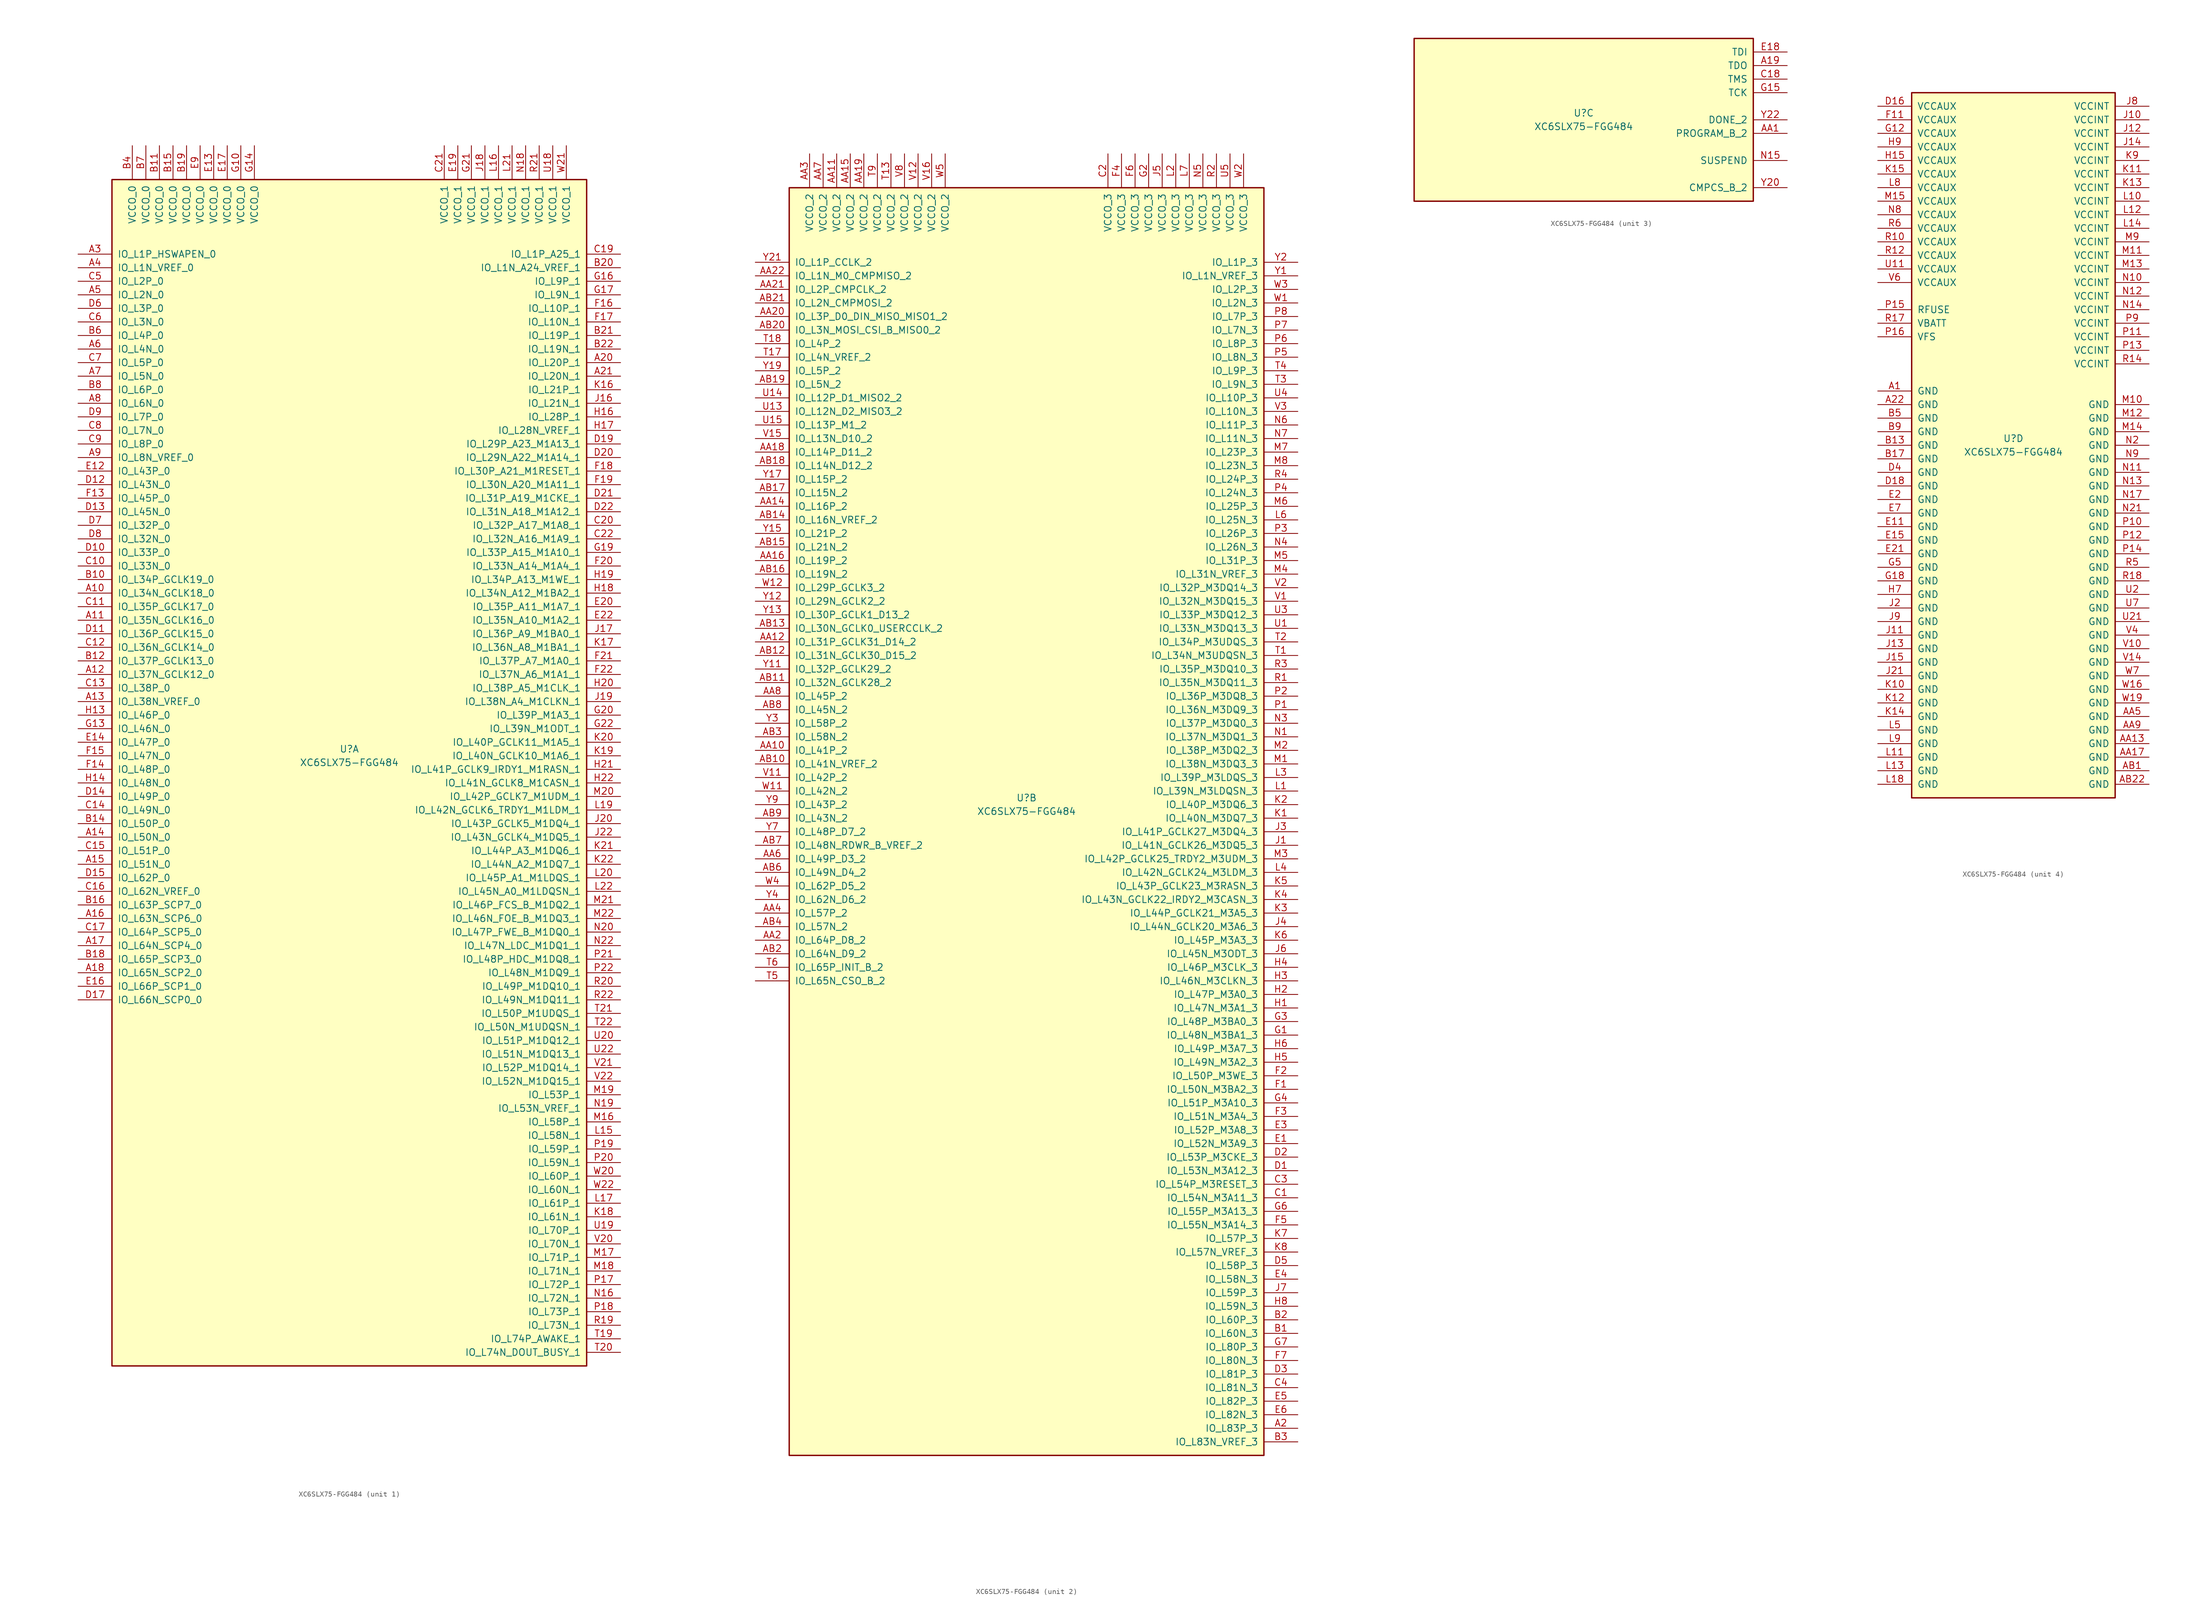
<source format=kicad_sym>
(kicad_symbol_lib
  (version 20211014)
  (generator kicad_symbol_editor)
  (symbol "XC6SLX75-FGG484"
    (pin_names
      (offset 1.016))
    (property "Reference" "U"
      (at 0 1.27 0)
      (effects (font (size 1.27 1.27))))
    (property "Value" "XC6SLX75-FGG484"
      (at 0 -1.27 0)
      (effects (font (size 1.27 1.27))))
    (property "Datasheet" ""
      (at 0 0 0)
      (effects (font (size 1.27 1.27))))
    (property "ki_locked" ""
      (at 0 0 0)
      (effects (font (size 1.27 1.27))))
    (symbol "XC6SLX75-FGG484_1_1"
      (rectangle (start -44.45 107.95) (end 44.45 -114.3) (stroke (width 0.254) (type default) (color 0 0 0 0)) (fill (type background)))
      (pin bidirectional line (at -50.8 30.48 0) (length 6.35) (name "IO_L34N_GCLK18_0" (effects (font (size 1.27 1.27)))) (number "A10" (effects (font (size 1.27 1.27)))))
      (pin bidirectional line (at -50.8 25.4 0) (length 6.35) (name "IO_L35N_GCLK16_0" (effects (font (size 1.27 1.27)))) (number "A11" (effects (font (size 1.27 1.27)))))
      (pin bidirectional line (at -50.8 15.24 0) (length 6.35) (name "IO_L37N_GCLK12_0" (effects (font (size 1.27 1.27)))) (number "A12" (effects (font (size 1.27 1.27)))))
      (pin bidirectional line (at -50.8 10.16 0) (length 6.35) (name "IO_L38N_VREF_0" (effects (font (size 1.27 1.27)))) (number "A13" (effects (font (size 1.27 1.27)))))
      (pin bidirectional line (at -50.8 -15.24 0) (length 6.35) (name "IO_L50N_0" (effects (font (size 1.27 1.27)))) (number "A14" (effects (font (size 1.27 1.27)))))
      (pin bidirectional line (at -50.8 -20.32 0) (length 6.35) (name "IO_L51N_0" (effects (font (size 1.27 1.27)))) (number "A15" (effects (font (size 1.27 1.27)))))
      (pin bidirectional line (at -50.8 -30.48 0) (length 6.35) (name "IO_L63N_SCP6_0" (effects (font (size 1.27 1.27)))) (number "A16" (effects (font (size 1.27 1.27)))))
      (pin bidirectional line (at -50.8 -35.56 0) (length 6.35) (name "IO_L64N_SCP4_0" (effects (font (size 1.27 1.27)))) (number "A17" (effects (font (size 1.27 1.27)))))
      (pin bidirectional line (at -50.8 -40.64 0) (length 6.35) (name "IO_L65N_SCP2_0" (effects (font (size 1.27 1.27)))) (number "A18" (effects (font (size 1.27 1.27)))))
      (pin bidirectional line (at 50.8 73.66 180) (length 6.35) (name "IO_L20P_1" (effects (font (size 1.27 1.27)))) (number "A20" (effects (font (size 1.27 1.27)))))
      (pin bidirectional line (at 50.8 71.12 180) (length 6.35) (name "IO_L20N_1" (effects (font (size 1.27 1.27)))) (number "A21" (effects (font (size 1.27 1.27)))))
      (pin bidirectional line (at -50.8 93.98 0) (length 6.35) (name "IO_L1P_HSWAPEN_0" (effects (font (size 1.27 1.27)))) (number "A3" (effects (font (size 1.27 1.27)))))
      (pin bidirectional line (at -50.8 91.44 0) (length 6.35) (name "IO_L1N_VREF_0" (effects (font (size 1.27 1.27)))) (number "A4" (effects (font (size 1.27 1.27)))))
      (pin bidirectional line (at -50.8 86.36 0) (length 6.35) (name "IO_L2N_0" (effects (font (size 1.27 1.27)))) (number "A5" (effects (font (size 1.27 1.27)))))
      (pin bidirectional line (at -50.8 76.2 0) (length 6.35) (name "IO_L4N_0" (effects (font (size 1.27 1.27)))) (number "A6" (effects (font (size 1.27 1.27)))))
      (pin bidirectional line (at -50.8 71.12 0) (length 6.35) (name "IO_L5N_0" (effects (font (size 1.27 1.27)))) (number "A7" (effects (font (size 1.27 1.27)))))
      (pin bidirectional line (at -50.8 66.04 0) (length 6.35) (name "IO_L6N_0" (effects (font (size 1.27 1.27)))) (number "A8" (effects (font (size 1.27 1.27)))))
      (pin bidirectional line (at -50.8 55.88 0) (length 6.35) (name "IO_L8N_VREF_0" (effects (font (size 1.27 1.27)))) (number "A9" (effects (font (size 1.27 1.27)))))
      (pin bidirectional line (at -50.8 33.02 0) (length 6.35) (name "IO_L34P_GCLK19_0" (effects (font (size 1.27 1.27)))) (number "B10" (effects (font (size 1.27 1.27)))))
      (pin power_in line (at -35.56 114.3 270) (length 6.35) (name "VCCO_0" (effects (font (size 1.27 1.27)))) (number "B11" (effects (font (size 1.27 1.27)))))
      (pin bidirectional line (at -50.8 17.78 0) (length 6.35) (name "IO_L37P_GCLK13_0" (effects (font (size 1.27 1.27)))) (number "B12" (effects (font (size 1.27 1.27)))))
      (pin bidirectional line (at -50.8 -12.7 0) (length 6.35) (name "IO_L50P_0" (effects (font (size 1.27 1.27)))) (number "B14" (effects (font (size 1.27 1.27)))))
      (pin power_in line (at -33.02 114.3 270) (length 6.35) (name "VCCO_0" (effects (font (size 1.27 1.27)))) (number "B15" (effects (font (size 1.27 1.27)))))
      (pin bidirectional line (at -50.8 -27.94 0) (length 6.35) (name "IO_L63P_SCP7_0" (effects (font (size 1.27 1.27)))) (number "B16" (effects (font (size 1.27 1.27)))))
      (pin bidirectional line (at -50.8 -38.1 0) (length 6.35) (name "IO_L65P_SCP3_0" (effects (font (size 1.27 1.27)))) (number "B18" (effects (font (size 1.27 1.27)))))
      (pin power_in line (at -30.48 114.3 270) (length 6.35) (name "VCCO_0" (effects (font (size 1.27 1.27)))) (number "B19" (effects (font (size 1.27 1.27)))))
      (pin bidirectional line (at 50.8 91.44 180) (length 6.35) (name "IO_L1N_A24_VREF_1" (effects (font (size 1.27 1.27)))) (number "B20" (effects (font (size 1.27 1.27)))))
      (pin bidirectional line (at 50.8 78.74 180) (length 6.35) (name "IO_L19P_1" (effects (font (size 1.27 1.27)))) (number "B21" (effects (font (size 1.27 1.27)))))
      (pin bidirectional line (at 50.8 76.2 180) (length 6.35) (name "IO_L19N_1" (effects (font (size 1.27 1.27)))) (number "B22" (effects (font (size 1.27 1.27)))))
      (pin power_in line (at -40.64 114.3 270) (length 6.35) (name "VCCO_0" (effects (font (size 1.27 1.27)))) (number "B4" (effects (font (size 1.27 1.27)))))
      (pin bidirectional line (at -50.8 78.74 0) (length 6.35) (name "IO_L4P_0" (effects (font (size 1.27 1.27)))) (number "B6" (effects (font (size 1.27 1.27)))))
      (pin power_in line (at -38.1 114.3 270) (length 6.35) (name "VCCO_0" (effects (font (size 1.27 1.27)))) (number "B7" (effects (font (size 1.27 1.27)))))
      (pin bidirectional line (at -50.8 68.58 0) (length 6.35) (name "IO_L6P_0" (effects (font (size 1.27 1.27)))) (number "B8" (effects (font (size 1.27 1.27)))))
      (pin bidirectional line (at -50.8 35.56 0) (length 6.35) (name "IO_L33N_0" (effects (font (size 1.27 1.27)))) (number "C10" (effects (font (size 1.27 1.27)))))
      (pin bidirectional line (at -50.8 27.94 0) (length 6.35) (name "IO_L35P_GCLK17_0" (effects (font (size 1.27 1.27)))) (number "C11" (effects (font (size 1.27 1.27)))))
      (pin bidirectional line (at -50.8 20.32 0) (length 6.35) (name "IO_L36N_GCLK14_0" (effects (font (size 1.27 1.27)))) (number "C12" (effects (font (size 1.27 1.27)))))
      (pin bidirectional line (at -50.8 12.7 0) (length 6.35) (name "IO_L38P_0" (effects (font (size 1.27 1.27)))) (number "C13" (effects (font (size 1.27 1.27)))))
      (pin bidirectional line (at -50.8 -10.16 0) (length 6.35) (name "IO_L49N_0" (effects (font (size 1.27 1.27)))) (number "C14" (effects (font (size 1.27 1.27)))))
      (pin bidirectional line (at -50.8 -17.78 0) (length 6.35) (name "IO_L51P_0" (effects (font (size 1.27 1.27)))) (number "C15" (effects (font (size 1.27 1.27)))))
      (pin bidirectional line (at -50.8 -25.4 0) (length 6.35) (name "IO_L62N_VREF_0" (effects (font (size 1.27 1.27)))) (number "C16" (effects (font (size 1.27 1.27)))))
      (pin bidirectional line (at -50.8 -33.02 0) (length 6.35) (name "IO_L64P_SCP5_0" (effects (font (size 1.27 1.27)))) (number "C17" (effects (font (size 1.27 1.27)))))
      (pin bidirectional line (at 50.8 93.98 180) (length 6.35) (name "IO_L1P_A25_1" (effects (font (size 1.27 1.27)))) (number "C19" (effects (font (size 1.27 1.27)))))
      (pin bidirectional line (at 50.8 43.18 180) (length 6.35) (name "IO_L32P_A17_M1A8_1" (effects (font (size 1.27 1.27)))) (number "C20" (effects (font (size 1.27 1.27)))))
      (pin power_in line (at 17.78 114.3 270) (length 6.35) (name "VCCO_1" (effects (font (size 1.27 1.27)))) (number "C21" (effects (font (size 1.27 1.27)))))
      (pin bidirectional line (at 50.8 40.64 180) (length 6.35) (name "IO_L32N_A16_M1A9_1" (effects (font (size 1.27 1.27)))) (number "C22" (effects (font (size 1.27 1.27)))))
      (pin bidirectional line (at -50.8 88.9 0) (length 6.35) (name "IO_L2P_0" (effects (font (size 1.27 1.27)))) (number "C5" (effects (font (size 1.27 1.27)))))
      (pin bidirectional line (at -50.8 81.28 0) (length 6.35) (name "IO_L3N_0" (effects (font (size 1.27 1.27)))) (number "C6" (effects (font (size 1.27 1.27)))))
      (pin bidirectional line (at -50.8 73.66 0) (length 6.35) (name "IO_L5P_0" (effects (font (size 1.27 1.27)))) (number "C7" (effects (font (size 1.27 1.27)))))
      (pin bidirectional line (at -50.8 60.96 0) (length 6.35) (name "IO_L7N_0" (effects (font (size 1.27 1.27)))) (number "C8" (effects (font (size 1.27 1.27)))))
      (pin bidirectional line (at -50.8 58.42 0) (length 6.35) (name "IO_L8P_0" (effects (font (size 1.27 1.27)))) (number "C9" (effects (font (size 1.27 1.27)))))
      (pin bidirectional line (at -50.8 38.1 0) (length 6.35) (name "IO_L33P_0" (effects (font (size 1.27 1.27)))) (number "D10" (effects (font (size 1.27 1.27)))))
      (pin bidirectional line (at -50.8 22.86 0) (length 6.35) (name "IO_L36P_GCLK15_0" (effects (font (size 1.27 1.27)))) (number "D11" (effects (font (size 1.27 1.27)))))
      (pin bidirectional line (at -50.8 50.8 0) (length 6.35) (name "IO_L43N_0" (effects (font (size 1.27 1.27)))) (number "D12" (effects (font (size 1.27 1.27)))))
      (pin bidirectional line (at -50.8 45.72 0) (length 6.35) (name "IO_L45N_0" (effects (font (size 1.27 1.27)))) (number "D13" (effects (font (size 1.27 1.27)))))
      (pin bidirectional line (at -50.8 -7.62 0) (length 6.35) (name "IO_L49P_0" (effects (font (size 1.27 1.27)))) (number "D14" (effects (font (size 1.27 1.27)))))
      (pin bidirectional line (at -50.8 -22.86 0) (length 6.35) (name "IO_L62P_0" (effects (font (size 1.27 1.27)))) (number "D15" (effects (font (size 1.27 1.27)))))
      (pin bidirectional line (at -50.8 -45.72 0) (length 6.35) (name "IO_L66N_SCP0_0" (effects (font (size 1.27 1.27)))) (number "D17" (effects (font (size 1.27 1.27)))))
      (pin bidirectional line (at 50.8 58.42 180) (length 6.35) (name "IO_L29P_A23_M1A13_1" (effects (font (size 1.27 1.27)))) (number "D19" (effects (font (size 1.27 1.27)))))
      (pin bidirectional line (at 50.8 55.88 180) (length 6.35) (name "IO_L29N_A22_M1A14_1" (effects (font (size 1.27 1.27)))) (number "D20" (effects (font (size 1.27 1.27)))))
      (pin bidirectional line (at 50.8 48.26 180) (length 6.35) (name "IO_L31P_A19_M1CKE_1" (effects (font (size 1.27 1.27)))) (number "D21" (effects (font (size 1.27 1.27)))))
      (pin bidirectional line (at 50.8 45.72 180) (length 6.35) (name "IO_L31N_A18_M1A12_1" (effects (font (size 1.27 1.27)))) (number "D22" (effects (font (size 1.27 1.27)))))
      (pin bidirectional line (at -50.8 83.82 0) (length 6.35) (name "IO_L3P_0" (effects (font (size 1.27 1.27)))) (number "D6" (effects (font (size 1.27 1.27)))))
      (pin bidirectional line (at -50.8 43.18 0) (length 6.35) (name "IO_L32P_0" (effects (font (size 1.27 1.27)))) (number "D7" (effects (font (size 1.27 1.27)))))
      (pin bidirectional line (at -50.8 40.64 0) (length 6.35) (name "IO_L32N_0" (effects (font (size 1.27 1.27)))) (number "D8" (effects (font (size 1.27 1.27)))))
      (pin bidirectional line (at -50.8 63.5 0) (length 6.35) (name "IO_L7P_0" (effects (font (size 1.27 1.27)))) (number "D9" (effects (font (size 1.27 1.27)))))
      (pin bidirectional line (at -50.8 53.34 0) (length 6.35) (name "IO_L43P_0" (effects (font (size 1.27 1.27)))) (number "E12" (effects (font (size 1.27 1.27)))))
      (pin power_in line (at -25.4 114.3 270) (length 6.35) (name "VCCO_0" (effects (font (size 1.27 1.27)))) (number "E13" (effects (font (size 1.27 1.27)))))
      (pin bidirectional line (at -50.8 2.54 0) (length 6.35) (name "IO_L47P_0" (effects (font (size 1.27 1.27)))) (number "E14" (effects (font (size 1.27 1.27)))))
      (pin bidirectional line (at -50.8 -43.18 0) (length 6.35) (name "IO_L66P_SCP1_0" (effects (font (size 1.27 1.27)))) (number "E16" (effects (font (size 1.27 1.27)))))
      (pin power_in line (at -22.86 114.3 270) (length 6.35) (name "VCCO_0" (effects (font (size 1.27 1.27)))) (number "E17" (effects (font (size 1.27 1.27)))))
      (pin power_in line (at 20.32 114.3 270) (length 6.35) (name "VCCO_1" (effects (font (size 1.27 1.27)))) (number "E19" (effects (font (size 1.27 1.27)))))
      (pin bidirectional line (at 50.8 27.94 180) (length 6.35) (name "IO_L35P_A11_M1A7_1" (effects (font (size 1.27 1.27)))) (number "E20" (effects (font (size 1.27 1.27)))))
      (pin bidirectional line (at 50.8 25.4 180) (length 6.35) (name "IO_L35N_A10_M1A2_1" (effects (font (size 1.27 1.27)))) (number "E22" (effects (font (size 1.27 1.27)))))
      (pin power_in line (at -27.94 114.3 270) (length 6.35) (name "VCCO_0" (effects (font (size 1.27 1.27)))) (number "E9" (effects (font (size 1.27 1.27)))))
      (pin bidirectional line (at -50.8 48.26 0) (length 6.35) (name "IO_L45P_0" (effects (font (size 1.27 1.27)))) (number "F13" (effects (font (size 1.27 1.27)))))
      (pin bidirectional line (at -50.8 -2.54 0) (length 6.35) (name "IO_L48P_0" (effects (font (size 1.27 1.27)))) (number "F14" (effects (font (size 1.27 1.27)))))
      (pin bidirectional line (at -50.8 0 0) (length 6.35) (name "IO_L47N_0" (effects (font (size 1.27 1.27)))) (number "F15" (effects (font (size 1.27 1.27)))))
      (pin bidirectional line (at 50.8 83.82 180) (length 6.35) (name "IO_L10P_1" (effects (font (size 1.27 1.27)))) (number "F16" (effects (font (size 1.27 1.27)))))
      (pin bidirectional line (at 50.8 81.28 180) (length 6.35) (name "IO_L10N_1" (effects (font (size 1.27 1.27)))) (number "F17" (effects (font (size 1.27 1.27)))))
      (pin bidirectional line (at 50.8 53.34 180) (length 6.35) (name "IO_L30P_A21_M1RESET_1" (effects (font (size 1.27 1.27)))) (number "F18" (effects (font (size 1.27 1.27)))))
      (pin bidirectional line (at 50.8 50.8 180) (length 6.35) (name "IO_L30N_A20_M1A11_1" (effects (font (size 1.27 1.27)))) (number "F19" (effects (font (size 1.27 1.27)))))
      (pin bidirectional line (at 50.8 35.56 180) (length 6.35) (name "IO_L33N_A14_M1A4_1" (effects (font (size 1.27 1.27)))) (number "F20" (effects (font (size 1.27 1.27)))))
      (pin bidirectional line (at 50.8 17.78 180) (length 6.35) (name "IO_L37P_A7_M1A0_1" (effects (font (size 1.27 1.27)))) (number "F21" (effects (font (size 1.27 1.27)))))
      (pin bidirectional line (at 50.8 15.24 180) (length 6.35) (name "IO_L37N_A6_M1A1_1" (effects (font (size 1.27 1.27)))) (number "F22" (effects (font (size 1.27 1.27)))))
      (pin power_in line (at -20.32 114.3 270) (length 6.35) (name "VCCO_0" (effects (font (size 1.27 1.27)))) (number "G10" (effects (font (size 1.27 1.27)))))
      (pin bidirectional line (at -50.8 5.08 0) (length 6.35) (name "IO_L46N_0" (effects (font (size 1.27 1.27)))) (number "G13" (effects (font (size 1.27 1.27)))))
      (pin power_in line (at -17.78 114.3 270) (length 6.35) (name "VCCO_0" (effects (font (size 1.27 1.27)))) (number "G14" (effects (font (size 1.27 1.27)))))
      (pin bidirectional line (at 50.8 88.9 180) (length 6.35) (name "IO_L9P_1" (effects (font (size 1.27 1.27)))) (number "G16" (effects (font (size 1.27 1.27)))))
      (pin bidirectional line (at 50.8 86.36 180) (length 6.35) (name "IO_L9N_1" (effects (font (size 1.27 1.27)))) (number "G17" (effects (font (size 1.27 1.27)))))
      (pin bidirectional line (at 50.8 38.1 180) (length 6.35) (name "IO_L33P_A15_M1A10_1" (effects (font (size 1.27 1.27)))) (number "G19" (effects (font (size 1.27 1.27)))))
      (pin bidirectional line (at 50.8 7.62 180) (length 6.35) (name "IO_L39P_M1A3_1" (effects (font (size 1.27 1.27)))) (number "G20" (effects (font (size 1.27 1.27)))))
      (pin power_in line (at 22.86 114.3 270) (length 6.35) (name "VCCO_1" (effects (font (size 1.27 1.27)))) (number "G21" (effects (font (size 1.27 1.27)))))
      (pin bidirectional line (at 50.8 5.08 180) (length 6.35) (name "IO_L39N_M1ODT_1" (effects (font (size 1.27 1.27)))) (number "G22" (effects (font (size 1.27 1.27)))))
      (pin bidirectional line (at -50.8 7.62 0) (length 6.35) (name "IO_L46P_0" (effects (font (size 1.27 1.27)))) (number "H13" (effects (font (size 1.27 1.27)))))
      (pin bidirectional line (at -50.8 -5.08 0) (length 6.35) (name "IO_L48N_0" (effects (font (size 1.27 1.27)))) (number "H14" (effects (font (size 1.27 1.27)))))
      (pin bidirectional line (at 50.8 63.5 180) (length 6.35) (name "IO_L28P_1" (effects (font (size 1.27 1.27)))) (number "H16" (effects (font (size 1.27 1.27)))))
      (pin bidirectional line (at 50.8 60.96 180) (length 6.35) (name "IO_L28N_VREF_1" (effects (font (size 1.27 1.27)))) (number "H17" (effects (font (size 1.27 1.27)))))
      (pin bidirectional line (at 50.8 30.48 180) (length 6.35) (name "IO_L34N_A12_M1BA2_1" (effects (font (size 1.27 1.27)))) (number "H18" (effects (font (size 1.27 1.27)))))
      (pin bidirectional line (at 50.8 33.02 180) (length 6.35) (name "IO_L34P_A13_M1WE_1" (effects (font (size 1.27 1.27)))) (number "H19" (effects (font (size 1.27 1.27)))))
      (pin bidirectional line (at 50.8 12.7 180) (length 6.35) (name "IO_L38P_A5_M1CLK_1" (effects (font (size 1.27 1.27)))) (number "H20" (effects (font (size 1.27 1.27)))))
      (pin bidirectional line (at 50.8 -2.54 180) (length 6.35) (name "IO_L41P_GCLK9_IRDY1_M1RASN_1" (effects (font (size 1.27 1.27)))) (number "H21" (effects (font (size 1.27 1.27)))))
      (pin bidirectional line (at 50.8 -5.08 180) (length 6.35) (name "IO_L41N_GCLK8_M1CASN_1" (effects (font (size 1.27 1.27)))) (number "H22" (effects (font (size 1.27 1.27)))))
      (pin bidirectional line (at 50.8 66.04 180) (length 6.35) (name "IO_L21N_1" (effects (font (size 1.27 1.27)))) (number "J16" (effects (font (size 1.27 1.27)))))
      (pin bidirectional line (at 50.8 22.86 180) (length 6.35) (name "IO_L36P_A9_M1BA0_1" (effects (font (size 1.27 1.27)))) (number "J17" (effects (font (size 1.27 1.27)))))
      (pin power_in line (at 25.4 114.3 270) (length 6.35) (name "VCCO_1" (effects (font (size 1.27 1.27)))) (number "J18" (effects (font (size 1.27 1.27)))))
      (pin bidirectional line (at 50.8 10.16 180) (length 6.35) (name "IO_L38N_A4_M1CLKN_1" (effects (font (size 1.27 1.27)))) (number "J19" (effects (font (size 1.27 1.27)))))
      (pin bidirectional line (at 50.8 -12.7 180) (length 6.35) (name "IO_L43P_GCLK5_M1DQ4_1" (effects (font (size 1.27 1.27)))) (number "J20" (effects (font (size 1.27 1.27)))))
      (pin bidirectional line (at 50.8 -15.24 180) (length 6.35) (name "IO_L43N_GCLK4_M1DQ5_1" (effects (font (size 1.27 1.27)))) (number "J22" (effects (font (size 1.27 1.27)))))
      (pin bidirectional line (at 50.8 68.58 180) (length 6.35) (name "IO_L21P_1" (effects (font (size 1.27 1.27)))) (number "K16" (effects (font (size 1.27 1.27)))))
      (pin bidirectional line (at 50.8 20.32 180) (length 6.35) (name "IO_L36N_A8_M1BA1_1" (effects (font (size 1.27 1.27)))) (number "K17" (effects (font (size 1.27 1.27)))))
      (pin bidirectional line (at 50.8 -86.36 180) (length 6.35) (name "IO_L61N_1" (effects (font (size 1.27 1.27)))) (number "K18" (effects (font (size 1.27 1.27)))))
      (pin bidirectional line (at 50.8 0 180) (length 6.35) (name "IO_L40N_GCLK10_M1A6_1" (effects (font (size 1.27 1.27)))) (number "K19" (effects (font (size 1.27 1.27)))))
      (pin bidirectional line (at 50.8 2.54 180) (length 6.35) (name "IO_L40P_GCLK11_M1A5_1" (effects (font (size 1.27 1.27)))) (number "K20" (effects (font (size 1.27 1.27)))))
      (pin bidirectional line (at 50.8 -17.78 180) (length 6.35) (name "IO_L44P_A3_M1DQ6_1" (effects (font (size 1.27 1.27)))) (number "K21" (effects (font (size 1.27 1.27)))))
      (pin bidirectional line (at 50.8 -20.32 180) (length 6.35) (name "IO_L44N_A2_M1DQ7_1" (effects (font (size 1.27 1.27)))) (number "K22" (effects (font (size 1.27 1.27)))))
      (pin bidirectional line (at 50.8 -71.12 180) (length 6.35) (name "IO_L58N_1" (effects (font (size 1.27 1.27)))) (number "L15" (effects (font (size 1.27 1.27)))))
      (pin power_in line (at 27.94 114.3 270) (length 6.35) (name "VCCO_1" (effects (font (size 1.27 1.27)))) (number "L16" (effects (font (size 1.27 1.27)))))
      (pin bidirectional line (at 50.8 -83.82 180) (length 6.35) (name "IO_L61P_1" (effects (font (size 1.27 1.27)))) (number "L17" (effects (font (size 1.27 1.27)))))
      (pin bidirectional line (at 50.8 -10.16 180) (length 6.35) (name "IO_L42N_GCLK6_TRDY1_M1LDM_1" (effects (font (size 1.27 1.27)))) (number "L19" (effects (font (size 1.27 1.27)))))
      (pin bidirectional line (at 50.8 -22.86 180) (length 6.35) (name "IO_L45P_A1_M1LDQS_1" (effects (font (size 1.27 1.27)))) (number "L20" (effects (font (size 1.27 1.27)))))
      (pin power_in line (at 30.48 114.3 270) (length 6.35) (name "VCCO_1" (effects (font (size 1.27 1.27)))) (number "L21" (effects (font (size 1.27 1.27)))))
      (pin bidirectional line (at 50.8 -25.4 180) (length 6.35) (name "IO_L45N_A0_M1LDQSN_1" (effects (font (size 1.27 1.27)))) (number "L22" (effects (font (size 1.27 1.27)))))
      (pin bidirectional line (at 50.8 -68.58 180) (length 6.35) (name "IO_L58P_1" (effects (font (size 1.27 1.27)))) (number "M16" (effects (font (size 1.27 1.27)))))
      (pin bidirectional line (at 50.8 -93.98 180) (length 6.35) (name "IO_L71P_1" (effects (font (size 1.27 1.27)))) (number "M17" (effects (font (size 1.27 1.27)))))
      (pin bidirectional line (at 50.8 -96.52 180) (length 6.35) (name "IO_L71N_1" (effects (font (size 1.27 1.27)))) (number "M18" (effects (font (size 1.27 1.27)))))
      (pin bidirectional line (at 50.8 -63.5 180) (length 6.35) (name "IO_L53P_1" (effects (font (size 1.27 1.27)))) (number "M19" (effects (font (size 1.27 1.27)))))
      (pin bidirectional line (at 50.8 -7.62 180) (length 6.35) (name "IO_L42P_GCLK7_M1UDM_1" (effects (font (size 1.27 1.27)))) (number "M20" (effects (font (size 1.27 1.27)))))
      (pin bidirectional line (at 50.8 -27.94 180) (length 6.35) (name "IO_L46P_FCS_B_M1DQ2_1" (effects (font (size 1.27 1.27)))) (number "M21" (effects (font (size 1.27 1.27)))))
      (pin bidirectional line (at 50.8 -30.48 180) (length 6.35) (name "IO_L46N_FOE_B_M1DQ3_1" (effects (font (size 1.27 1.27)))) (number "M22" (effects (font (size 1.27 1.27)))))
      (pin bidirectional line (at 50.8 -101.6 180) (length 6.35) (name "IO_L72N_1" (effects (font (size 1.27 1.27)))) (number "N16" (effects (font (size 1.27 1.27)))))
      (pin power_in line (at 33.02 114.3 270) (length 6.35) (name "VCCO_1" (effects (font (size 1.27 1.27)))) (number "N18" (effects (font (size 1.27 1.27)))))
      (pin bidirectional line (at 50.8 -66.04 180) (length 6.35) (name "IO_L53N_VREF_1" (effects (font (size 1.27 1.27)))) (number "N19" (effects (font (size 1.27 1.27)))))
      (pin bidirectional line (at 50.8 -33.02 180) (length 6.35) (name "IO_L47P_FWE_B_M1DQ0_1" (effects (font (size 1.27 1.27)))) (number "N20" (effects (font (size 1.27 1.27)))))
      (pin bidirectional line (at 50.8 -35.56 180) (length 6.35) (name "IO_L47N_LDC_M1DQ1_1" (effects (font (size 1.27 1.27)))) (number "N22" (effects (font (size 1.27 1.27)))))
      (pin bidirectional line (at 50.8 -99.06 180) (length 6.35) (name "IO_L72P_1" (effects (font (size 1.27 1.27)))) (number "P17" (effects (font (size 1.27 1.27)))))
      (pin bidirectional line (at 50.8 -104.14 180) (length 6.35) (name "IO_L73P_1" (effects (font (size 1.27 1.27)))) (number "P18" (effects (font (size 1.27 1.27)))))
      (pin bidirectional line (at 50.8 -73.66 180) (length 6.35) (name "IO_L59P_1" (effects (font (size 1.27 1.27)))) (number "P19" (effects (font (size 1.27 1.27)))))
      (pin bidirectional line (at 50.8 -76.2 180) (length 6.35) (name "IO_L59N_1" (effects (font (size 1.27 1.27)))) (number "P20" (effects (font (size 1.27 1.27)))))
      (pin bidirectional line (at 50.8 -38.1 180) (length 6.35) (name "IO_L48P_HDC_M1DQ8_1" (effects (font (size 1.27 1.27)))) (number "P21" (effects (font (size 1.27 1.27)))))
      (pin bidirectional line (at 50.8 -40.64 180) (length 6.35) (name "IO_L48N_M1DQ9_1" (effects (font (size 1.27 1.27)))) (number "P22" (effects (font (size 1.27 1.27)))))
      (pin bidirectional line (at 50.8 -106.68 180) (length 6.35) (name "IO_L73N_1" (effects (font (size 1.27 1.27)))) (number "R19" (effects (font (size 1.27 1.27)))))
      (pin bidirectional line (at 50.8 -43.18 180) (length 6.35) (name "IO_L49P_M1DQ10_1" (effects (font (size 1.27 1.27)))) (number "R20" (effects (font (size 1.27 1.27)))))
      (pin power_in line (at 35.56 114.3 270) (length 6.35) (name "VCCO_1" (effects (font (size 1.27 1.27)))) (number "R21" (effects (font (size 1.27 1.27)))))
      (pin bidirectional line (at 50.8 -45.72 180) (length 6.35) (name "IO_L49N_M1DQ11_1" (effects (font (size 1.27 1.27)))) (number "R22" (effects (font (size 1.27 1.27)))))
      (pin bidirectional line (at 50.8 -109.22 180) (length 6.35) (name "IO_L74P_AWAKE_1" (effects (font (size 1.27 1.27)))) (number "T19" (effects (font (size 1.27 1.27)))))
      (pin bidirectional line (at 50.8 -111.76 180) (length 6.35) (name "IO_L74N_DOUT_BUSY_1" (effects (font (size 1.27 1.27)))) (number "T20" (effects (font (size 1.27 1.27)))))
      (pin bidirectional line (at 50.8 -48.26 180) (length 6.35) (name "IO_L50P_M1UDQS_1" (effects (font (size 1.27 1.27)))) (number "T21" (effects (font (size 1.27 1.27)))))
      (pin bidirectional line (at 50.8 -50.8 180) (length 6.35) (name "IO_L50N_M1UDQSN_1" (effects (font (size 1.27 1.27)))) (number "T22" (effects (font (size 1.27 1.27)))))
      (pin power_in line (at 38.1 114.3 270) (length 6.35) (name "VCCO_1" (effects (font (size 1.27 1.27)))) (number "U18" (effects (font (size 1.27 1.27)))))
      (pin bidirectional line (at 50.8 -88.9 180) (length 6.35) (name "IO_L70P_1" (effects (font (size 1.27 1.27)))) (number "U19" (effects (font (size 1.27 1.27)))))
      (pin bidirectional line (at 50.8 -53.34 180) (length 6.35) (name "IO_L51P_M1DQ12_1" (effects (font (size 1.27 1.27)))) (number "U20" (effects (font (size 1.27 1.27)))))
      (pin bidirectional line (at 50.8 -55.88 180) (length 6.35) (name "IO_L51N_M1DQ13_1" (effects (font (size 1.27 1.27)))) (number "U22" (effects (font (size 1.27 1.27)))))
      (pin bidirectional line (at 50.8 -91.44 180) (length 6.35) (name "IO_L70N_1" (effects (font (size 1.27 1.27)))) (number "V20" (effects (font (size 1.27 1.27)))))
      (pin bidirectional line (at 50.8 -58.42 180) (length 6.35) (name "IO_L52P_M1DQ14_1" (effects (font (size 1.27 1.27)))) (number "V21" (effects (font (size 1.27 1.27)))))
      (pin bidirectional line (at 50.8 -60.96 180) (length 6.35) (name "IO_L52N_M1DQ15_1" (effects (font (size 1.27 1.27)))) (number "V22" (effects (font (size 1.27 1.27)))))
      (pin bidirectional line (at 50.8 -78.74 180) (length 6.35) (name "IO_L60P_1" (effects (font (size 1.27 1.27)))) (number "W20" (effects (font (size 1.27 1.27)))))
      (pin power_in line (at 40.64 114.3 270) (length 6.35) (name "VCCO_1" (effects (font (size 1.27 1.27)))) (number "W21" (effects (font (size 1.27 1.27)))))
      (pin bidirectional line (at 50.8 -81.28 180) (length 6.35) (name "IO_L60N_1" (effects (font (size 1.27 1.27)))) (number "W22" (effects (font (size 1.27 1.27))))))
    (symbol "XC6SLX75-FGG484_2_1"
      (rectangle (start -44.45 115.57) (end 44.45 -121.92) (stroke (width 0.254) (type default) (color 0 0 0 0)) (fill (type background)))
      (pin bidirectional line (at 50.8 -116.84 180) (length 6.35) (name "IO_L83P_3" (effects (font (size 1.27 1.27)))) (number "A2" (effects (font (size 1.27 1.27)))))
      (pin bidirectional line (at -50.8 10.16 0) (length 6.35) (name "IO_L41P_2" (effects (font (size 1.27 1.27)))) (number "AA10" (effects (font (size 1.27 1.27)))))
      (pin power_in line (at -35.56 121.92 270) (length 6.35) (name "VCCO_2" (effects (font (size 1.27 1.27)))) (number "AA11" (effects (font (size 1.27 1.27)))))
      (pin bidirectional line (at -50.8 30.48 0) (length 6.35) (name "IO_L31P_GCLK31_D14_2" (effects (font (size 1.27 1.27)))) (number "AA12" (effects (font (size 1.27 1.27)))))
      (pin bidirectional line (at -50.8 55.88 0) (length 6.35) (name "IO_L16P_2" (effects (font (size 1.27 1.27)))) (number "AA14" (effects (font (size 1.27 1.27)))))
      (pin power_in line (at -33.02 121.92 270) (length 6.35) (name "VCCO_2" (effects (font (size 1.27 1.27)))) (number "AA15" (effects (font (size 1.27 1.27)))))
      (pin bidirectional line (at -50.8 45.72 0) (length 6.35) (name "IO_L19P_2" (effects (font (size 1.27 1.27)))) (number "AA16" (effects (font (size 1.27 1.27)))))
      (pin bidirectional line (at -50.8 66.04 0) (length 6.35) (name "IO_L14P_D11_2" (effects (font (size 1.27 1.27)))) (number "AA18" (effects (font (size 1.27 1.27)))))
      (pin power_in line (at -30.48 121.92 270) (length 6.35) (name "VCCO_2" (effects (font (size 1.27 1.27)))) (number "AA19" (effects (font (size 1.27 1.27)))))
      (pin bidirectional line (at -50.8 -25.4 0) (length 6.35) (name "IO_L64P_D8_2" (effects (font (size 1.27 1.27)))) (number "AA2" (effects (font (size 1.27 1.27)))))
      (pin bidirectional line (at -50.8 91.44 0) (length 6.35) (name "IO_L3P_D0_DIN_MISO_MISO1_2" (effects (font (size 1.27 1.27)))) (number "AA20" (effects (font (size 1.27 1.27)))))
      (pin bidirectional line (at -50.8 96.52 0) (length 6.35) (name "IO_L2P_CMPCLK_2" (effects (font (size 1.27 1.27)))) (number "AA21" (effects (font (size 1.27 1.27)))))
      (pin bidirectional line (at -50.8 99.06 0) (length 6.35) (name "IO_L1N_M0_CMPMISO_2" (effects (font (size 1.27 1.27)))) (number "AA22" (effects (font (size 1.27 1.27)))))
      (pin power_in line (at -40.64 121.92 270) (length 6.35) (name "VCCO_2" (effects (font (size 1.27 1.27)))) (number "AA3" (effects (font (size 1.27 1.27)))))
      (pin bidirectional line (at -50.8 -20.32 0) (length 6.35) (name "IO_L57P_2" (effects (font (size 1.27 1.27)))) (number "AA4" (effects (font (size 1.27 1.27)))))
      (pin bidirectional line (at -50.8 -10.16 0) (length 6.35) (name "IO_L49P_D3_2" (effects (font (size 1.27 1.27)))) (number "AA6" (effects (font (size 1.27 1.27)))))
      (pin power_in line (at -38.1 121.92 270) (length 6.35) (name "VCCO_2" (effects (font (size 1.27 1.27)))) (number "AA7" (effects (font (size 1.27 1.27)))))
      (pin bidirectional line (at -50.8 20.32 0) (length 6.35) (name "IO_L45P_2" (effects (font (size 1.27 1.27)))) (number "AA8" (effects (font (size 1.27 1.27)))))
      (pin bidirectional line (at -50.8 7.62 0) (length 6.35) (name "IO_L41N_VREF_2" (effects (font (size 1.27 1.27)))) (number "AB10" (effects (font (size 1.27 1.27)))))
      (pin bidirectional line (at -50.8 22.86 0) (length 6.35) (name "IO_L32N_GCLK28_2" (effects (font (size 1.27 1.27)))) (number "AB11" (effects (font (size 1.27 1.27)))))
      (pin bidirectional line (at -50.8 27.94 0) (length 6.35) (name "IO_L31N_GCLK30_D15_2" (effects (font (size 1.27 1.27)))) (number "AB12" (effects (font (size 1.27 1.27)))))
      (pin bidirectional line (at -50.8 33.02 0) (length 6.35) (name "IO_L30N_GCLK0_USERCCLK_2" (effects (font (size 1.27 1.27)))) (number "AB13" (effects (font (size 1.27 1.27)))))
      (pin bidirectional line (at -50.8 53.34 0) (length 6.35) (name "IO_L16N_VREF_2" (effects (font (size 1.27 1.27)))) (number "AB14" (effects (font (size 1.27 1.27)))))
      (pin bidirectional line (at -50.8 48.26 0) (length 6.35) (name "IO_L21N_2" (effects (font (size 1.27 1.27)))) (number "AB15" (effects (font (size 1.27 1.27)))))
      (pin bidirectional line (at -50.8 43.18 0) (length 6.35) (name "IO_L19N_2" (effects (font (size 1.27 1.27)))) (number "AB16" (effects (font (size 1.27 1.27)))))
      (pin bidirectional line (at -50.8 58.42 0) (length 6.35) (name "IO_L15N_2" (effects (font (size 1.27 1.27)))) (number "AB17" (effects (font (size 1.27 1.27)))))
      (pin bidirectional line (at -50.8 63.5 0) (length 6.35) (name "IO_L14N_D12_2" (effects (font (size 1.27 1.27)))) (number "AB18" (effects (font (size 1.27 1.27)))))
      (pin bidirectional line (at -50.8 78.74 0) (length 6.35) (name "IO_L5N_2" (effects (font (size 1.27 1.27)))) (number "AB19" (effects (font (size 1.27 1.27)))))
      (pin bidirectional line (at -50.8 -27.94 0) (length 6.35) (name "IO_L64N_D9_2" (effects (font (size 1.27 1.27)))) (number "AB2" (effects (font (size 1.27 1.27)))))
      (pin bidirectional line (at -50.8 88.9 0) (length 6.35) (name "IO_L3N_MOSI_CSI_B_MISO0_2" (effects (font (size 1.27 1.27)))) (number "AB20" (effects (font (size 1.27 1.27)))))
      (pin bidirectional line (at -50.8 93.98 0) (length 6.35) (name "IO_L2N_CMPMOSI_2" (effects (font (size 1.27 1.27)))) (number "AB21" (effects (font (size 1.27 1.27)))))
      (pin bidirectional line (at -50.8 12.7 0) (length 6.35) (name "IO_L58N_2" (effects (font (size 1.27 1.27)))) (number "AB3" (effects (font (size 1.27 1.27)))))
      (pin bidirectional line (at -50.8 -22.86 0) (length 6.35) (name "IO_L57N_2" (effects (font (size 1.27 1.27)))) (number "AB4" (effects (font (size 1.27 1.27)))))
      (pin bidirectional line (at -50.8 -12.7 0) (length 6.35) (name "IO_L49N_D4_2" (effects (font (size 1.27 1.27)))) (number "AB6" (effects (font (size 1.27 1.27)))))
      (pin bidirectional line (at -50.8 -7.62 0) (length 6.35) (name "IO_L48N_RDWR_B_VREF_2" (effects (font (size 1.27 1.27)))) (number "AB7" (effects (font (size 1.27 1.27)))))
      (pin bidirectional line (at -50.8 17.78 0) (length 6.35) (name "IO_L45N_2" (effects (font (size 1.27 1.27)))) (number "AB8" (effects (font (size 1.27 1.27)))))
      (pin bidirectional line (at -50.8 -2.54 0) (length 6.35) (name "IO_L43N_2" (effects (font (size 1.27 1.27)))) (number "AB9" (effects (font (size 1.27 1.27)))))
      (pin bidirectional line (at 50.8 -99.06 180) (length 6.35) (name "IO_L60N_3" (effects (font (size 1.27 1.27)))) (number "B1" (effects (font (size 1.27 1.27)))))
      (pin bidirectional line (at 50.8 -96.52 180) (length 6.35) (name "IO_L60P_3" (effects (font (size 1.27 1.27)))) (number "B2" (effects (font (size 1.27 1.27)))))
      (pin bidirectional line (at 50.8 -119.38 180) (length 6.35) (name "IO_L83N_VREF_3" (effects (font (size 1.27 1.27)))) (number "B3" (effects (font (size 1.27 1.27)))))
      (pin bidirectional line (at 50.8 -73.66 180) (length 6.35) (name "IO_L54N_M3A11_3" (effects (font (size 1.27 1.27)))) (number "C1" (effects (font (size 1.27 1.27)))))
      (pin power_in line (at 15.24 121.92 270) (length 6.35) (name "VCCO_3" (effects (font (size 1.27 1.27)))) (number "C2" (effects (font (size 1.27 1.27)))))
      (pin bidirectional line (at 50.8 -71.12 180) (length 6.35) (name "IO_L54P_M3RESET_3" (effects (font (size 1.27 1.27)))) (number "C3" (effects (font (size 1.27 1.27)))))
      (pin bidirectional line (at 50.8 -109.22 180) (length 6.35) (name "IO_L81N_3" (effects (font (size 1.27 1.27)))) (number "C4" (effects (font (size 1.27 1.27)))))
      (pin bidirectional line (at 50.8 -68.58 180) (length 6.35) (name "IO_L53N_M3A12_3" (effects (font (size 1.27 1.27)))) (number "D1" (effects (font (size 1.27 1.27)))))
      (pin bidirectional line (at 50.8 -66.04 180) (length 6.35) (name "IO_L53P_M3CKE_3" (effects (font (size 1.27 1.27)))) (number "D2" (effects (font (size 1.27 1.27)))))
      (pin bidirectional line (at 50.8 -106.68 180) (length 6.35) (name "IO_L81P_3" (effects (font (size 1.27 1.27)))) (number "D3" (effects (font (size 1.27 1.27)))))
      (pin bidirectional line (at 50.8 -86.36 180) (length 6.35) (name "IO_L58P_3" (effects (font (size 1.27 1.27)))) (number "D5" (effects (font (size 1.27 1.27)))))
      (pin bidirectional line (at 50.8 -63.5 180) (length 6.35) (name "IO_L52N_M3A9_3" (effects (font (size 1.27 1.27)))) (number "E1" (effects (font (size 1.27 1.27)))))
      (pin bidirectional line (at 50.8 -60.96 180) (length 6.35) (name "IO_L52P_M3A8_3" (effects (font (size 1.27 1.27)))) (number "E3" (effects (font (size 1.27 1.27)))))
      (pin bidirectional line (at 50.8 -88.9 180) (length 6.35) (name "IO_L58N_3" (effects (font (size 1.27 1.27)))) (number "E4" (effects (font (size 1.27 1.27)))))
      (pin bidirectional line (at 50.8 -111.76 180) (length 6.35) (name "IO_L82P_3" (effects (font (size 1.27 1.27)))) (number "E5" (effects (font (size 1.27 1.27)))))
      (pin bidirectional line (at 50.8 -114.3 180) (length 6.35) (name "IO_L82N_3" (effects (font (size 1.27 1.27)))) (number "E6" (effects (font (size 1.27 1.27)))))
      (pin bidirectional line (at 50.8 -53.34 180) (length 6.35) (name "IO_L50N_M3BA2_3" (effects (font (size 1.27 1.27)))) (number "F1" (effects (font (size 1.27 1.27)))))
      (pin bidirectional line (at 50.8 -50.8 180) (length 6.35) (name "IO_L50P_M3WE_3" (effects (font (size 1.27 1.27)))) (number "F2" (effects (font (size 1.27 1.27)))))
      (pin bidirectional line (at 50.8 -58.42 180) (length 6.35) (name "IO_L51N_M3A4_3" (effects (font (size 1.27 1.27)))) (number "F3" (effects (font (size 1.27 1.27)))))
      (pin power_in line (at 17.78 121.92 270) (length 6.35) (name "VCCO_3" (effects (font (size 1.27 1.27)))) (number "F4" (effects (font (size 1.27 1.27)))))
      (pin bidirectional line (at 50.8 -78.74 180) (length 6.35) (name "IO_L55N_M3A14_3" (effects (font (size 1.27 1.27)))) (number "F5" (effects (font (size 1.27 1.27)))))
      (pin power_in line (at 20.32 121.92 270) (length 6.35) (name "VCCO_3" (effects (font (size 1.27 1.27)))) (number "F6" (effects (font (size 1.27 1.27)))))
      (pin bidirectional line (at 50.8 -104.14 180) (length 6.35) (name "IO_L80N_3" (effects (font (size 1.27 1.27)))) (number "F7" (effects (font (size 1.27 1.27)))))
      (pin bidirectional line (at 50.8 -43.18 180) (length 6.35) (name "IO_L48N_M3BA1_3" (effects (font (size 1.27 1.27)))) (number "G1" (effects (font (size 1.27 1.27)))))
      (pin power_in line (at 22.86 121.92 270) (length 6.35) (name "VCCO_3" (effects (font (size 1.27 1.27)))) (number "G2" (effects (font (size 1.27 1.27)))))
      (pin bidirectional line (at 50.8 -40.64 180) (length 6.35) (name "IO_L48P_M3BA0_3" (effects (font (size 1.27 1.27)))) (number "G3" (effects (font (size 1.27 1.27)))))
      (pin bidirectional line (at 50.8 -55.88 180) (length 6.35) (name "IO_L51P_M3A10_3" (effects (font (size 1.27 1.27)))) (number "G4" (effects (font (size 1.27 1.27)))))
      (pin bidirectional line (at 50.8 -76.2 180) (length 6.35) (name "IO_L55P_M3A13_3" (effects (font (size 1.27 1.27)))) (number "G6" (effects (font (size 1.27 1.27)))))
      (pin bidirectional line (at 50.8 -101.6 180) (length 6.35) (name "IO_L80P_3" (effects (font (size 1.27 1.27)))) (number "G7" (effects (font (size 1.27 1.27)))))
      (pin bidirectional line (at 50.8 -38.1 180) (length 6.35) (name "IO_L47N_M3A1_3" (effects (font (size 1.27 1.27)))) (number "H1" (effects (font (size 1.27 1.27)))))
      (pin bidirectional line (at 50.8 -35.56 180) (length 6.35) (name "IO_L47P_M3A0_3" (effects (font (size 1.27 1.27)))) (number "H2" (effects (font (size 1.27 1.27)))))
      (pin bidirectional line (at 50.8 -33.02 180) (length 6.35) (name "IO_L46N_M3CLKN_3" (effects (font (size 1.27 1.27)))) (number "H3" (effects (font (size 1.27 1.27)))))
      (pin bidirectional line (at 50.8 -30.48 180) (length 6.35) (name "IO_L46P_M3CLK_3" (effects (font (size 1.27 1.27)))) (number "H4" (effects (font (size 1.27 1.27)))))
      (pin bidirectional line (at 50.8 -48.26 180) (length 6.35) (name "IO_L49N_M3A2_3" (effects (font (size 1.27 1.27)))) (number "H5" (effects (font (size 1.27 1.27)))))
      (pin bidirectional line (at 50.8 -45.72 180) (length 6.35) (name "IO_L49P_M3A7_3" (effects (font (size 1.27 1.27)))) (number "H6" (effects (font (size 1.27 1.27)))))
      (pin bidirectional line (at 50.8 -93.98 180) (length 6.35) (name "IO_L59N_3" (effects (font (size 1.27 1.27)))) (number "H8" (effects (font (size 1.27 1.27)))))
      (pin bidirectional line (at 50.8 -7.62 180) (length 6.35) (name "IO_L41N_GCLK26_M3DQ5_3" (effects (font (size 1.27 1.27)))) (number "J1" (effects (font (size 1.27 1.27)))))
      (pin bidirectional line (at 50.8 -5.08 180) (length 6.35) (name "IO_L41P_GCLK27_M3DQ4_3" (effects (font (size 1.27 1.27)))) (number "J3" (effects (font (size 1.27 1.27)))))
      (pin bidirectional line (at 50.8 -22.86 180) (length 6.35) (name "IO_L44N_GCLK20_M3A6_3" (effects (font (size 1.27 1.27)))) (number "J4" (effects (font (size 1.27 1.27)))))
      (pin power_in line (at 25.4 121.92 270) (length 6.35) (name "VCCO_3" (effects (font (size 1.27 1.27)))) (number "J5" (effects (font (size 1.27 1.27)))))
      (pin bidirectional line (at 50.8 -27.94 180) (length 6.35) (name "IO_L45N_M3ODT_3" (effects (font (size 1.27 1.27)))) (number "J6" (effects (font (size 1.27 1.27)))))
      (pin bidirectional line (at 50.8 -91.44 180) (length 6.35) (name "IO_L59P_3" (effects (font (size 1.27 1.27)))) (number "J7" (effects (font (size 1.27 1.27)))))
      (pin bidirectional line (at 50.8 -2.54 180) (length 6.35) (name "IO_L40N_M3DQ7_3" (effects (font (size 1.27 1.27)))) (number "K1" (effects (font (size 1.27 1.27)))))
      (pin bidirectional line (at 50.8 0 180) (length 6.35) (name "IO_L40P_M3DQ6_3" (effects (font (size 1.27 1.27)))) (number "K2" (effects (font (size 1.27 1.27)))))
      (pin bidirectional line (at 50.8 -20.32 180) (length 6.35) (name "IO_L44P_GCLK21_M3A5_3" (effects (font (size 1.27 1.27)))) (number "K3" (effects (font (size 1.27 1.27)))))
      (pin bidirectional line (at 50.8 -17.78 180) (length 6.35) (name "IO_L43N_GCLK22_IRDY2_M3CASN_3" (effects (font (size 1.27 1.27)))) (number "K4" (effects (font (size 1.27 1.27)))))
      (pin bidirectional line (at 50.8 -15.24 180) (length 6.35) (name "IO_L43P_GCLK23_M3RASN_3" (effects (font (size 1.27 1.27)))) (number "K5" (effects (font (size 1.27 1.27)))))
      (pin bidirectional line (at 50.8 -25.4 180) (length 6.35) (name "IO_L45P_M3A3_3" (effects (font (size 1.27 1.27)))) (number "K6" (effects (font (size 1.27 1.27)))))
      (pin bidirectional line (at 50.8 -81.28 180) (length 6.35) (name "IO_L57P_3" (effects (font (size 1.27 1.27)))) (number "K7" (effects (font (size 1.27 1.27)))))
      (pin bidirectional line (at 50.8 -83.82 180) (length 6.35) (name "IO_L57N_VREF_3" (effects (font (size 1.27 1.27)))) (number "K8" (effects (font (size 1.27 1.27)))))
      (pin bidirectional line (at 50.8 2.54 180) (length 6.35) (name "IO_L39N_M3LDQSN_3" (effects (font (size 1.27 1.27)))) (number "L1" (effects (font (size 1.27 1.27)))))
      (pin power_in line (at 27.94 121.92 270) (length 6.35) (name "VCCO_3" (effects (font (size 1.27 1.27)))) (number "L2" (effects (font (size 1.27 1.27)))))
      (pin bidirectional line (at 50.8 5.08 180) (length 6.35) (name "IO_L39P_M3LDQS_3" (effects (font (size 1.27 1.27)))) (number "L3" (effects (font (size 1.27 1.27)))))
      (pin bidirectional line (at 50.8 -12.7 180) (length 6.35) (name "IO_L42N_GCLK24_M3LDM_3" (effects (font (size 1.27 1.27)))) (number "L4" (effects (font (size 1.27 1.27)))))
      (pin bidirectional line (at 50.8 53.34 180) (length 6.35) (name "IO_L25N_3" (effects (font (size 1.27 1.27)))) (number "L6" (effects (font (size 1.27 1.27)))))
      (pin power_in line (at 30.48 121.92 270) (length 6.35) (name "VCCO_3" (effects (font (size 1.27 1.27)))) (number "L7" (effects (font (size 1.27 1.27)))))
      (pin bidirectional line (at 50.8 7.62 180) (length 6.35) (name "IO_L38N_M3DQ3_3" (effects (font (size 1.27 1.27)))) (number "M1" (effects (font (size 1.27 1.27)))))
      (pin bidirectional line (at 50.8 10.16 180) (length 6.35) (name "IO_L38P_M3DQ2_3" (effects (font (size 1.27 1.27)))) (number "M2" (effects (font (size 1.27 1.27)))))
      (pin bidirectional line (at 50.8 -10.16 180) (length 6.35) (name "IO_L42P_GCLK25_TRDY2_M3UDM_3" (effects (font (size 1.27 1.27)))) (number "M3" (effects (font (size 1.27 1.27)))))
      (pin bidirectional line (at 50.8 43.18 180) (length 6.35) (name "IO_L31N_VREF_3" (effects (font (size 1.27 1.27)))) (number "M4" (effects (font (size 1.27 1.27)))))
      (pin bidirectional line (at 50.8 45.72 180) (length 6.35) (name "IO_L31P_3" (effects (font (size 1.27 1.27)))) (number "M5" (effects (font (size 1.27 1.27)))))
      (pin bidirectional line (at 50.8 55.88 180) (length 6.35) (name "IO_L25P_3" (effects (font (size 1.27 1.27)))) (number "M6" (effects (font (size 1.27 1.27)))))
      (pin bidirectional line (at 50.8 66.04 180) (length 6.35) (name "IO_L23P_3" (effects (font (size 1.27 1.27)))) (number "M7" (effects (font (size 1.27 1.27)))))
      (pin bidirectional line (at 50.8 63.5 180) (length 6.35) (name "IO_L23N_3" (effects (font (size 1.27 1.27)))) (number "M8" (effects (font (size 1.27 1.27)))))
      (pin bidirectional line (at 50.8 12.7 180) (length 6.35) (name "IO_L37N_M3DQ1_3" (effects (font (size 1.27 1.27)))) (number "N1" (effects (font (size 1.27 1.27)))))
      (pin bidirectional line (at 50.8 15.24 180) (length 6.35) (name "IO_L37P_M3DQ0_3" (effects (font (size 1.27 1.27)))) (number "N3" (effects (font (size 1.27 1.27)))))
      (pin bidirectional line (at 50.8 48.26 180) (length 6.35) (name "IO_L26N_3" (effects (font (size 1.27 1.27)))) (number "N4" (effects (font (size 1.27 1.27)))))
      (pin power_in line (at 33.02 121.92 270) (length 6.35) (name "VCCO_3" (effects (font (size 1.27 1.27)))) (number "N5" (effects (font (size 1.27 1.27)))))
      (pin bidirectional line (at 50.8 71.12 180) (length 6.35) (name "IO_L11P_3" (effects (font (size 1.27 1.27)))) (number "N6" (effects (font (size 1.27 1.27)))))
      (pin bidirectional line (at 50.8 68.58 180) (length 6.35) (name "IO_L11N_3" (effects (font (size 1.27 1.27)))) (number "N7" (effects (font (size 1.27 1.27)))))
      (pin bidirectional line (at 50.8 17.78 180) (length 6.35) (name "IO_L36N_M3DQ9_3" (effects (font (size 1.27 1.27)))) (number "P1" (effects (font (size 1.27 1.27)))))
      (pin bidirectional line (at 50.8 20.32 180) (length 6.35) (name "IO_L36P_M3DQ8_3" (effects (font (size 1.27 1.27)))) (number "P2" (effects (font (size 1.27 1.27)))))
      (pin bidirectional line (at 50.8 50.8 180) (length 6.35) (name "IO_L26P_3" (effects (font (size 1.27 1.27)))) (number "P3" (effects (font (size 1.27 1.27)))))
      (pin bidirectional line (at 50.8 58.42 180) (length 6.35) (name "IO_L24N_3" (effects (font (size 1.27 1.27)))) (number "P4" (effects (font (size 1.27 1.27)))))
      (pin bidirectional line (at 50.8 83.82 180) (length 6.35) (name "IO_L8N_3" (effects (font (size 1.27 1.27)))) (number "P5" (effects (font (size 1.27 1.27)))))
      (pin bidirectional line (at 50.8 86.36 180) (length 6.35) (name "IO_L8P_3" (effects (font (size 1.27 1.27)))) (number "P6" (effects (font (size 1.27 1.27)))))
      (pin bidirectional line (at 50.8 88.9 180) (length 6.35) (name "IO_L7N_3" (effects (font (size 1.27 1.27)))) (number "P7" (effects (font (size 1.27 1.27)))))
      (pin bidirectional line (at 50.8 91.44 180) (length 6.35) (name "IO_L7P_3" (effects (font (size 1.27 1.27)))) (number "P8" (effects (font (size 1.27 1.27)))))
      (pin bidirectional line (at 50.8 22.86 180) (length 6.35) (name "IO_L35N_M3DQ11_3" (effects (font (size 1.27 1.27)))) (number "R1" (effects (font (size 1.27 1.27)))))
      (pin power_in line (at 35.56 121.92 270) (length 6.35) (name "VCCO_3" (effects (font (size 1.27 1.27)))) (number "R2" (effects (font (size 1.27 1.27)))))
      (pin bidirectional line (at 50.8 25.4 180) (length 6.35) (name "IO_L35P_M3DQ10_3" (effects (font (size 1.27 1.27)))) (number "R3" (effects (font (size 1.27 1.27)))))
      (pin bidirectional line (at 50.8 60.96 180) (length 6.35) (name "IO_L24P_3" (effects (font (size 1.27 1.27)))) (number "R4" (effects (font (size 1.27 1.27)))))
      (pin bidirectional line (at 50.8 27.94 180) (length 6.35) (name "IO_L34N_M3UDQSN_3" (effects (font (size 1.27 1.27)))) (number "T1" (effects (font (size 1.27 1.27)))))
      (pin power_in line (at -25.4 121.92 270) (length 6.35) (name "VCCO_2" (effects (font (size 1.27 1.27)))) (number "T13" (effects (font (size 1.27 1.27)))))
      (pin bidirectional line (at -50.8 83.82 0) (length 6.35) (name "IO_L4N_VREF_2" (effects (font (size 1.27 1.27)))) (number "T17" (effects (font (size 1.27 1.27)))))
      (pin bidirectional line (at -50.8 86.36 0) (length 6.35) (name "IO_L4P_2" (effects (font (size 1.27 1.27)))) (number "T18" (effects (font (size 1.27 1.27)))))
      (pin bidirectional line (at 50.8 30.48 180) (length 6.35) (name "IO_L34P_M3UDQS_3" (effects (font (size 1.27 1.27)))) (number "T2" (effects (font (size 1.27 1.27)))))
      (pin bidirectional line (at 50.8 78.74 180) (length 6.35) (name "IO_L9N_3" (effects (font (size 1.27 1.27)))) (number "T3" (effects (font (size 1.27 1.27)))))
      (pin bidirectional line (at 50.8 81.28 180) (length 6.35) (name "IO_L9P_3" (effects (font (size 1.27 1.27)))) (number "T4" (effects (font (size 1.27 1.27)))))
      (pin bidirectional line (at -50.8 -33.02 0) (length 6.35) (name "IO_L65N_CSO_B_2" (effects (font (size 1.27 1.27)))) (number "T5" (effects (font (size 1.27 1.27)))))
      (pin bidirectional line (at -50.8 -30.48 0) (length 6.35) (name "IO_L65P_INIT_B_2" (effects (font (size 1.27 1.27)))) (number "T6" (effects (font (size 1.27 1.27)))))
      (pin power_in line (at -27.94 121.92 270) (length 6.35) (name "VCCO_2" (effects (font (size 1.27 1.27)))) (number "T9" (effects (font (size 1.27 1.27)))))
      (pin bidirectional line (at 50.8 33.02 180) (length 6.35) (name "IO_L33N_M3DQ13_3" (effects (font (size 1.27 1.27)))) (number "U1" (effects (font (size 1.27 1.27)))))
      (pin bidirectional line (at -50.8 73.66 0) (length 6.35) (name "IO_L12N_D2_MISO3_2" (effects (font (size 1.27 1.27)))) (number "U13" (effects (font (size 1.27 1.27)))))
      (pin bidirectional line (at -50.8 76.2 0) (length 6.35) (name "IO_L12P_D1_MISO2_2" (effects (font (size 1.27 1.27)))) (number "U14" (effects (font (size 1.27 1.27)))))
      (pin bidirectional line (at -50.8 71.12 0) (length 6.35) (name "IO_L13P_M1_2" (effects (font (size 1.27 1.27)))) (number "U15" (effects (font (size 1.27 1.27)))))
      (pin bidirectional line (at 50.8 35.56 180) (length 6.35) (name "IO_L33P_M3DQ12_3" (effects (font (size 1.27 1.27)))) (number "U3" (effects (font (size 1.27 1.27)))))
      (pin bidirectional line (at 50.8 76.2 180) (length 6.35) (name "IO_L10P_3" (effects (font (size 1.27 1.27)))) (number "U4" (effects (font (size 1.27 1.27)))))
      (pin power_in line (at 38.1 121.92 270) (length 6.35) (name "VCCO_3" (effects (font (size 1.27 1.27)))) (number "U5" (effects (font (size 1.27 1.27)))))
      (pin bidirectional line (at 50.8 38.1 180) (length 6.35) (name "IO_L32N_M3DQ15_3" (effects (font (size 1.27 1.27)))) (number "V1" (effects (font (size 1.27 1.27)))))
      (pin bidirectional line (at -50.8 5.08 0) (length 6.35) (name "IO_L42P_2" (effects (font (size 1.27 1.27)))) (number "V11" (effects (font (size 1.27 1.27)))))
      (pin power_in line (at -20.32 121.92 270) (length 6.35) (name "VCCO_2" (effects (font (size 1.27 1.27)))) (number "V12" (effects (font (size 1.27 1.27)))))
      (pin bidirectional line (at -50.8 68.58 0) (length 6.35) (name "IO_L13N_D10_2" (effects (font (size 1.27 1.27)))) (number "V15" (effects (font (size 1.27 1.27)))))
      (pin power_in line (at -17.78 121.92 270) (length 6.35) (name "VCCO_2" (effects (font (size 1.27 1.27)))) (number "V16" (effects (font (size 1.27 1.27)))))
      (pin bidirectional line (at 50.8 40.64 180) (length 6.35) (name "IO_L32P_M3DQ14_3" (effects (font (size 1.27 1.27)))) (number "V2" (effects (font (size 1.27 1.27)))))
      (pin bidirectional line (at 50.8 73.66 180) (length 6.35) (name "IO_L10N_3" (effects (font (size 1.27 1.27)))) (number "V3" (effects (font (size 1.27 1.27)))))
      (pin power_in line (at -22.86 121.92 270) (length 6.35) (name "VCCO_2" (effects (font (size 1.27 1.27)))) (number "V8" (effects (font (size 1.27 1.27)))))
      (pin bidirectional line (at 50.8 93.98 180) (length 6.35) (name "IO_L2N_3" (effects (font (size 1.27 1.27)))) (number "W1" (effects (font (size 1.27 1.27)))))
      (pin bidirectional line (at -50.8 2.54 0) (length 6.35) (name "IO_L42N_2" (effects (font (size 1.27 1.27)))) (number "W11" (effects (font (size 1.27 1.27)))))
      (pin bidirectional line (at -50.8 40.64 0) (length 6.35) (name "IO_L29P_GCLK3_2" (effects (font (size 1.27 1.27)))) (number "W12" (effects (font (size 1.27 1.27)))))
      (pin power_in line (at 40.64 121.92 270) (length 6.35) (name "VCCO_3" (effects (font (size 1.27 1.27)))) (number "W2" (effects (font (size 1.27 1.27)))))
      (pin bidirectional line (at 50.8 96.52 180) (length 6.35) (name "IO_L2P_3" (effects (font (size 1.27 1.27)))) (number "W3" (effects (font (size 1.27 1.27)))))
      (pin bidirectional line (at -50.8 -15.24 0) (length 6.35) (name "IO_L62P_D5_2" (effects (font (size 1.27 1.27)))) (number "W4" (effects (font (size 1.27 1.27)))))
      (pin power_in line (at -15.24 121.92 270) (length 6.35) (name "VCCO_2" (effects (font (size 1.27 1.27)))) (number "W5" (effects (font (size 1.27 1.27)))))
      (pin bidirectional line (at 50.8 99.06 180) (length 6.35) (name "IO_L1N_VREF_3" (effects (font (size 1.27 1.27)))) (number "Y1" (effects (font (size 1.27 1.27)))))
      (pin bidirectional line (at -50.8 25.4 0) (length 6.35) (name "IO_L32P_GCLK29_2" (effects (font (size 1.27 1.27)))) (number "Y11" (effects (font (size 1.27 1.27)))))
      (pin bidirectional line (at -50.8 38.1 0) (length 6.35) (name "IO_L29N_GCLK2_2" (effects (font (size 1.27 1.27)))) (number "Y12" (effects (font (size 1.27 1.27)))))
      (pin bidirectional line (at -50.8 35.56 0) (length 6.35) (name "IO_L30P_GCLK1_D13_2" (effects (font (size 1.27 1.27)))) (number "Y13" (effects (font (size 1.27 1.27)))))
      (pin bidirectional line (at -50.8 50.8 0) (length 6.35) (name "IO_L21P_2" (effects (font (size 1.27 1.27)))) (number "Y15" (effects (font (size 1.27 1.27)))))
      (pin bidirectional line (at -50.8 60.96 0) (length 6.35) (name "IO_L15P_2" (effects (font (size 1.27 1.27)))) (number "Y17" (effects (font (size 1.27 1.27)))))
      (pin bidirectional line (at -50.8 81.28 0) (length 6.35) (name "IO_L5P_2" (effects (font (size 1.27 1.27)))) (number "Y19" (effects (font (size 1.27 1.27)))))
      (pin bidirectional line (at 50.8 101.6 180) (length 6.35) (name "IO_L1P_3" (effects (font (size 1.27 1.27)))) (number "Y2" (effects (font (size 1.27 1.27)))))
      (pin bidirectional line (at -50.8 101.6 0) (length 6.35) (name "IO_L1P_CCLK_2" (effects (font (size 1.27 1.27)))) (number "Y21" (effects (font (size 1.27 1.27)))))
      (pin bidirectional line (at -50.8 15.24 0) (length 6.35) (name "IO_L58P_2" (effects (font (size 1.27 1.27)))) (number "Y3" (effects (font (size 1.27 1.27)))))
      (pin bidirectional line (at -50.8 -17.78 0) (length 6.35) (name "IO_L62N_D6_2" (effects (font (size 1.27 1.27)))) (number "Y4" (effects (font (size 1.27 1.27)))))
      (pin bidirectional line (at -50.8 -5.08 0) (length 6.35) (name "IO_L48P_D7_2" (effects (font (size 1.27 1.27)))) (number "Y7" (effects (font (size 1.27 1.27)))))
      (pin bidirectional line (at -50.8 0 0) (length 6.35) (name "IO_L43P_2" (effects (font (size 1.27 1.27)))) (number "Y9" (effects (font (size 1.27 1.27))))))
    (symbol "XC6SLX75-FGG484_3_1"
      (rectangle (start -31.75 15.24) (end 31.75 -15.24) (stroke (width 0.254) (type default) (color 0 0 0 0)) (fill (type background)))
      (pin bidirectional line (at 38.1 10.16 180) (length 6.35) (name "TDO" (effects (font (size 1.27 1.27)))) (number "A19" (effects (font (size 1.27 1.27)))))
      (pin bidirectional line (at 38.1 -2.54 180) (length 6.35) (name "PROGRAM_B_2" (effects (font (size 1.27 1.27)))) (number "AA1" (effects (font (size 1.27 1.27)))))
      (pin bidirectional line (at 38.1 7.62 180) (length 6.35) (name "TMS" (effects (font (size 1.27 1.27)))) (number "C18" (effects (font (size 1.27 1.27)))))
      (pin bidirectional line (at 38.1 12.7 180) (length 6.35) (name "TDI" (effects (font (size 1.27 1.27)))) (number "E18" (effects (font (size 1.27 1.27)))))
      (pin bidirectional line (at 38.1 5.08 180) (length 6.35) (name "TCK" (effects (font (size 1.27 1.27)))) (number "G15" (effects (font (size 1.27 1.27)))))
      (pin bidirectional line (at 38.1 -7.62 180) (length 6.35) (name "SUSPEND" (effects (font (size 1.27 1.27)))) (number "N15" (effects (font (size 1.27 1.27)))))
      (pin bidirectional line (at 38.1 -12.7 180) (length 6.35) (name "CMPCS_B_2" (effects (font (size 1.27 1.27)))) (number "Y20" (effects (font (size 1.27 1.27)))))
      (pin bidirectional line (at 38.1 0 180) (length 6.35) (name "DONE_2" (effects (font (size 1.27 1.27)))) (number "Y22" (effects (font (size 1.27 1.27))))))
    (symbol "XC6SLX75-FGG484_4_1"
      (rectangle (start -19.05 66.04) (end 19.05 -66.04) (stroke (width 0.254) (type default) (color 0 0 0 0)) (fill (type background)))
      (pin power_in line (at -25.4 10.16 0) (length 6.35) (name "GND" (effects (font (size 1.27 1.27)))) (number "A1" (effects (font (size 1.27 1.27)))))
      (pin power_in line (at -25.4 7.62 0) (length 6.35) (name "GND" (effects (font (size 1.27 1.27)))) (number "A22" (effects (font (size 1.27 1.27)))))
      (pin power_in line (at 25.4 -55.88 180) (length 6.35) (name "GND" (effects (font (size 1.27 1.27)))) (number "AA13" (effects (font (size 1.27 1.27)))))
      (pin power_in line (at 25.4 -58.42 180) (length 6.35) (name "GND" (effects (font (size 1.27 1.27)))) (number "AA17" (effects (font (size 1.27 1.27)))))
      (pin power_in line (at 25.4 -50.8 180) (length 6.35) (name "GND" (effects (font (size 1.27 1.27)))) (number "AA5" (effects (font (size 1.27 1.27)))))
      (pin power_in line (at 25.4 -53.34 180) (length 6.35) (name "GND" (effects (font (size 1.27 1.27)))) (number "AA9" (effects (font (size 1.27 1.27)))))
      (pin power_in line (at 25.4 -60.96 180) (length 6.35) (name "GND" (effects (font (size 1.27 1.27)))) (number "AB1" (effects (font (size 1.27 1.27)))))
      (pin power_in line (at 25.4 -63.5 180) (length 6.35) (name "GND" (effects (font (size 1.27 1.27)))) (number "AB22" (effects (font (size 1.27 1.27)))))
      (pin power_in line (at -25.4 0 0) (length 6.35) (name "GND" (effects (font (size 1.27 1.27)))) (number "B13" (effects (font (size 1.27 1.27)))))
      (pin power_in line (at -25.4 -2.54 0) (length 6.35) (name "GND" (effects (font (size 1.27 1.27)))) (number "B17" (effects (font (size 1.27 1.27)))))
      (pin power_in line (at -25.4 5.08 0) (length 6.35) (name "GND" (effects (font (size 1.27 1.27)))) (number "B5" (effects (font (size 1.27 1.27)))))
      (pin power_in line (at -25.4 2.54 0) (length 6.35) (name "GND" (effects (font (size 1.27 1.27)))) (number "B9" (effects (font (size 1.27 1.27)))))
      (pin power_in line (at -25.4 63.5 0) (length 6.35) (name "VCCAUX" (effects (font (size 1.27 1.27)))) (number "D16" (effects (font (size 1.27 1.27)))))
      (pin power_in line (at -25.4 -7.62 0) (length 6.35) (name "GND" (effects (font (size 1.27 1.27)))) (number "D18" (effects (font (size 1.27 1.27)))))
      (pin power_in line (at -25.4 -5.08 0) (length 6.35) (name "GND" (effects (font (size 1.27 1.27)))) (number "D4" (effects (font (size 1.27 1.27)))))
      (pin power_in line (at -25.4 -15.24 0) (length 6.35) (name "GND" (effects (font (size 1.27 1.27)))) (number "E11" (effects (font (size 1.27 1.27)))))
      (pin power_in line (at -25.4 -17.78 0) (length 6.35) (name "GND" (effects (font (size 1.27 1.27)))) (number "E15" (effects (font (size 1.27 1.27)))))
      (pin power_in line (at -25.4 -10.16 0) (length 6.35) (name "GND" (effects (font (size 1.27 1.27)))) (number "E2" (effects (font (size 1.27 1.27)))))
      (pin power_in line (at -25.4 -20.32 0) (length 6.35) (name "GND" (effects (font (size 1.27 1.27)))) (number "E21" (effects (font (size 1.27 1.27)))))
      (pin power_in line (at -25.4 -12.7 0) (length 6.35) (name "GND" (effects (font (size 1.27 1.27)))) (number "E7" (effects (font (size 1.27 1.27)))))
      (pin power_in line (at -25.4 60.96 0) (length 6.35) (name "VCCAUX" (effects (font (size 1.27 1.27)))) (number "F11" (effects (font (size 1.27 1.27)))))
      (pin power_in line (at -25.4 58.42 0) (length 6.35) (name "VCCAUX" (effects (font (size 1.27 1.27)))) (number "G12" (effects (font (size 1.27 1.27)))))
      (pin power_in line (at -25.4 -25.4 0) (length 6.35) (name "GND" (effects (font (size 1.27 1.27)))) (number "G18" (effects (font (size 1.27 1.27)))))
      (pin power_in line (at -25.4 -22.86 0) (length 6.35) (name "GND" (effects (font (size 1.27 1.27)))) (number "G5" (effects (font (size 1.27 1.27)))))
      (pin power_in line (at -25.4 53.34 0) (length 6.35) (name "VCCAUX" (effects (font (size 1.27 1.27)))) (number "H15" (effects (font (size 1.27 1.27)))))
      (pin power_in line (at -25.4 -27.94 0) (length 6.35) (name "GND" (effects (font (size 1.27 1.27)))) (number "H7" (effects (font (size 1.27 1.27)))))
      (pin power_in line (at -25.4 55.88 0) (length 6.35) (name "VCCAUX" (effects (font (size 1.27 1.27)))) (number "H9" (effects (font (size 1.27 1.27)))))
      (pin power_in line (at 25.4 60.96 180) (length 6.35) (name "VCCINT" (effects (font (size 1.27 1.27)))) (number "J10" (effects (font (size 1.27 1.27)))))
      (pin power_in line (at -25.4 -35.56 0) (length 6.35) (name "GND" (effects (font (size 1.27 1.27)))) (number "J11" (effects (font (size 1.27 1.27)))))
      (pin power_in line (at 25.4 58.42 180) (length 6.35) (name "VCCINT" (effects (font (size 1.27 1.27)))) (number "J12" (effects (font (size 1.27 1.27)))))
      (pin power_in line (at -25.4 -38.1 0) (length 6.35) (name "GND" (effects (font (size 1.27 1.27)))) (number "J13" (effects (font (size 1.27 1.27)))))
      (pin power_in line (at 25.4 55.88 180) (length 6.35) (name "VCCINT" (effects (font (size 1.27 1.27)))) (number "J14" (effects (font (size 1.27 1.27)))))
      (pin power_in line (at -25.4 -40.64 0) (length 6.35) (name "GND" (effects (font (size 1.27 1.27)))) (number "J15" (effects (font (size 1.27 1.27)))))
      (pin power_in line (at -25.4 -30.48 0) (length 6.35) (name "GND" (effects (font (size 1.27 1.27)))) (number "J2" (effects (font (size 1.27 1.27)))))
      (pin power_in line (at -25.4 -43.18 0) (length 6.35) (name "GND" (effects (font (size 1.27 1.27)))) (number "J21" (effects (font (size 1.27 1.27)))))
      (pin power_in line (at 25.4 63.5 180) (length 6.35) (name "VCCINT" (effects (font (size 1.27 1.27)))) (number "J8" (effects (font (size 1.27 1.27)))))
      (pin power_in line (at -25.4 -33.02 0) (length 6.35) (name "GND" (effects (font (size 1.27 1.27)))) (number "J9" (effects (font (size 1.27 1.27)))))
      (pin power_in line (at -25.4 -45.72 0) (length 6.35) (name "GND" (effects (font (size 1.27 1.27)))) (number "K10" (effects (font (size 1.27 1.27)))))
      (pin power_in line (at 25.4 50.8 180) (length 6.35) (name "VCCINT" (effects (font (size 1.27 1.27)))) (number "K11" (effects (font (size 1.27 1.27)))))
      (pin power_in line (at -25.4 -48.26 0) (length 6.35) (name "GND" (effects (font (size 1.27 1.27)))) (number "K12" (effects (font (size 1.27 1.27)))))
      (pin power_in line (at 25.4 48.26 180) (length 6.35) (name "VCCINT" (effects (font (size 1.27 1.27)))) (number "K13" (effects (font (size 1.27 1.27)))))
      (pin power_in line (at -25.4 -50.8 0) (length 6.35) (name "GND" (effects (font (size 1.27 1.27)))) (number "K14" (effects (font (size 1.27 1.27)))))
      (pin power_in line (at -25.4 50.8 0) (length 6.35) (name "VCCAUX" (effects (font (size 1.27 1.27)))) (number "K15" (effects (font (size 1.27 1.27)))))
      (pin power_in line (at 25.4 53.34 180) (length 6.35) (name "VCCINT" (effects (font (size 1.27 1.27)))) (number "K9" (effects (font (size 1.27 1.27)))))
      (pin power_in line (at 25.4 45.72 180) (length 6.35) (name "VCCINT" (effects (font (size 1.27 1.27)))) (number "L10" (effects (font (size 1.27 1.27)))))
      (pin power_in line (at -25.4 -58.42 0) (length 6.35) (name "GND" (effects (font (size 1.27 1.27)))) (number "L11" (effects (font (size 1.27 1.27)))))
      (pin power_in line (at 25.4 43.18 180) (length 6.35) (name "VCCINT" (effects (font (size 1.27 1.27)))) (number "L12" (effects (font (size 1.27 1.27)))))
      (pin power_in line (at -25.4 -60.96 0) (length 6.35) (name "GND" (effects (font (size 1.27 1.27)))) (number "L13" (effects (font (size 1.27 1.27)))))
      (pin power_in line (at 25.4 40.64 180) (length 6.35) (name "VCCINT" (effects (font (size 1.27 1.27)))) (number "L14" (effects (font (size 1.27 1.27)))))
      (pin power_in line (at -25.4 -63.5 0) (length 6.35) (name "GND" (effects (font (size 1.27 1.27)))) (number "L18" (effects (font (size 1.27 1.27)))))
      (pin power_in line (at -25.4 -53.34 0) (length 6.35) (name "GND" (effects (font (size 1.27 1.27)))) (number "L5" (effects (font (size 1.27 1.27)))))
      (pin power_in line (at -25.4 48.26 0) (length 6.35) (name "VCCAUX" (effects (font (size 1.27 1.27)))) (number "L8" (effects (font (size 1.27 1.27)))))
      (pin power_in line (at -25.4 -55.88 0) (length 6.35) (name "GND" (effects (font (size 1.27 1.27)))) (number "L9" (effects (font (size 1.27 1.27)))))
      (pin power_in line (at 25.4 7.62 180) (length 6.35) (name "GND" (effects (font (size 1.27 1.27)))) (number "M10" (effects (font (size 1.27 1.27)))))
      (pin power_in line (at 25.4 35.56 180) (length 6.35) (name "VCCINT" (effects (font (size 1.27 1.27)))) (number "M11" (effects (font (size 1.27 1.27)))))
      (pin power_in line (at 25.4 5.08 180) (length 6.35) (name "GND" (effects (font (size 1.27 1.27)))) (number "M12" (effects (font (size 1.27 1.27)))))
      (pin power_in line (at 25.4 33.02 180) (length 6.35) (name "VCCINT" (effects (font (size 1.27 1.27)))) (number "M13" (effects (font (size 1.27 1.27)))))
      (pin power_in line (at 25.4 2.54 180) (length 6.35) (name "GND" (effects (font (size 1.27 1.27)))) (number "M14" (effects (font (size 1.27 1.27)))))
      (pin power_in line (at -25.4 45.72 0) (length 6.35) (name "VCCAUX" (effects (font (size 1.27 1.27)))) (number "M15" (effects (font (size 1.27 1.27)))))
      (pin power_in line (at 25.4 38.1 180) (length 6.35) (name "VCCINT" (effects (font (size 1.27 1.27)))) (number "M9" (effects (font (size 1.27 1.27)))))
      (pin power_in line (at 25.4 30.48 180) (length 6.35) (name "VCCINT" (effects (font (size 1.27 1.27)))) (number "N10" (effects (font (size 1.27 1.27)))))
      (pin power_in line (at 25.4 -5.08 180) (length 6.35) (name "GND" (effects (font (size 1.27 1.27)))) (number "N11" (effects (font (size 1.27 1.27)))))
      (pin power_in line (at 25.4 27.94 180) (length 6.35) (name "VCCINT" (effects (font (size 1.27 1.27)))) (number "N12" (effects (font (size 1.27 1.27)))))
      (pin power_in line (at 25.4 -7.62 180) (length 6.35) (name "GND" (effects (font (size 1.27 1.27)))) (number "N13" (effects (font (size 1.27 1.27)))))
      (pin power_in line (at 25.4 25.4 180) (length 6.35) (name "VCCINT" (effects (font (size 1.27 1.27)))) (number "N14" (effects (font (size 1.27 1.27)))))
      (pin power_in line (at 25.4 -10.16 180) (length 6.35) (name "GND" (effects (font (size 1.27 1.27)))) (number "N17" (effects (font (size 1.27 1.27)))))
      (pin power_in line (at 25.4 0 180) (length 6.35) (name "GND" (effects (font (size 1.27 1.27)))) (number "N2" (effects (font (size 1.27 1.27)))))
      (pin power_in line (at 25.4 -12.7 180) (length 6.35) (name "GND" (effects (font (size 1.27 1.27)))) (number "N21" (effects (font (size 1.27 1.27)))))
      (pin power_in line (at -25.4 43.18 0) (length 6.35) (name "VCCAUX" (effects (font (size 1.27 1.27)))) (number "N8" (effects (font (size 1.27 1.27)))))
      (pin power_in line (at 25.4 -2.54 180) (length 6.35) (name "GND" (effects (font (size 1.27 1.27)))) (number "N9" (effects (font (size 1.27 1.27)))))
      (pin power_in line (at 25.4 -15.24 180) (length 6.35) (name "GND" (effects (font (size 1.27 1.27)))) (number "P10" (effects (font (size 1.27 1.27)))))
      (pin power_in line (at 25.4 20.32 180) (length 6.35) (name "VCCINT" (effects (font (size 1.27 1.27)))) (number "P11" (effects (font (size 1.27 1.27)))))
      (pin power_in line (at 25.4 -17.78 180) (length 6.35) (name "GND" (effects (font (size 1.27 1.27)))) (number "P12" (effects (font (size 1.27 1.27)))))
      (pin power_in line (at 25.4 17.78 180) (length 6.35) (name "VCCINT" (effects (font (size 1.27 1.27)))) (number "P13" (effects (font (size 1.27 1.27)))))
      (pin power_in line (at 25.4 -20.32 180) (length 6.35) (name "GND" (effects (font (size 1.27 1.27)))) (number "P14" (effects (font (size 1.27 1.27)))))
      (pin power_in line (at -25.4 25.4 0) (length 6.35) (name "RFUSE" (effects (font (size 1.27 1.27)))) (number "P15" (effects (font (size 1.27 1.27)))))
      (pin power_in line (at -25.4 20.32 0) (length 6.35) (name "VFS" (effects (font (size 1.27 1.27)))) (number "P16" (effects (font (size 1.27 1.27)))))
      (pin power_in line (at 25.4 22.86 180) (length 6.35) (name "VCCINT" (effects (font (size 1.27 1.27)))) (number "P9" (effects (font (size 1.27 1.27)))))
      (pin power_in line (at -25.4 38.1 0) (length 6.35) (name "VCCAUX" (effects (font (size 1.27 1.27)))) (number "R10" (effects (font (size 1.27 1.27)))))
      (pin power_in line (at -25.4 35.56 0) (length 6.35) (name "VCCAUX" (effects (font (size 1.27 1.27)))) (number "R12" (effects (font (size 1.27 1.27)))))
      (pin power_in line (at 25.4 15.24 180) (length 6.35) (name "VCCINT" (effects (font (size 1.27 1.27)))) (number "R14" (effects (font (size 1.27 1.27)))))
      (pin power_in line (at -25.4 22.86 0) (length 6.35) (name "VBATT" (effects (font (size 1.27 1.27)))) (number "R17" (effects (font (size 1.27 1.27)))))
      (pin power_in line (at 25.4 -25.4 180) (length 6.35) (name "GND" (effects (font (size 1.27 1.27)))) (number "R18" (effects (font (size 1.27 1.27)))))
      (pin power_in line (at 25.4 -22.86 180) (length 6.35) (name "GND" (effects (font (size 1.27 1.27)))) (number "R5" (effects (font (size 1.27 1.27)))))
      (pin power_in line (at -25.4 40.64 0) (length 6.35) (name "VCCAUX" (effects (font (size 1.27 1.27)))) (number "R6" (effects (font (size 1.27 1.27)))))
      (pin power_in line (at -25.4 33.02 0) (length 6.35) (name "VCCAUX" (effects (font (size 1.27 1.27)))) (number "U11" (effects (font (size 1.27 1.27)))))
      (pin power_in line (at 25.4 -27.94 180) (length 6.35) (name "GND" (effects (font (size 1.27 1.27)))) (number "U2" (effects (font (size 1.27 1.27)))))
      (pin power_in line (at 25.4 -33.02 180) (length 6.35) (name "GND" (effects (font (size 1.27 1.27)))) (number "U21" (effects (font (size 1.27 1.27)))))
      (pin power_in line (at 25.4 -30.48 180) (length 6.35) (name "GND" (effects (font (size 1.27 1.27)))) (number "U7" (effects (font (size 1.27 1.27)))))
      (pin power_in line (at 25.4 -38.1 180) (length 6.35) (name "GND" (effects (font (size 1.27 1.27)))) (number "V10" (effects (font (size 1.27 1.27)))))
      (pin power_in line (at 25.4 -40.64 180) (length 6.35) (name "GND" (effects (font (size 1.27 1.27)))) (number "V14" (effects (font (size 1.27 1.27)))))
      (pin power_in line (at 25.4 -35.56 180) (length 6.35) (name "GND" (effects (font (size 1.27 1.27)))) (number "V4" (effects (font (size 1.27 1.27)))))
      (pin power_in line (at -25.4 30.48 0) (length 6.35) (name "VCCAUX" (effects (font (size 1.27 1.27)))) (number "V6" (effects (font (size 1.27 1.27)))))
      (pin power_in line (at 25.4 -45.72 180) (length 6.35) (name "GND" (effects (font (size 1.27 1.27)))) (number "W16" (effects (font (size 1.27 1.27)))))
      (pin power_in line (at 25.4 -48.26 180) (length 6.35) (name "GND" (effects (font (size 1.27 1.27)))) (number "W19" (effects (font (size 1.27 1.27)))))
      (pin power_in line (at 25.4 -43.18 180) (length 6.35) (name "GND" (effects (font (size 1.27 1.27)))) (number "W7" (effects (font (size 1.27 1.27))))))))
</source>
